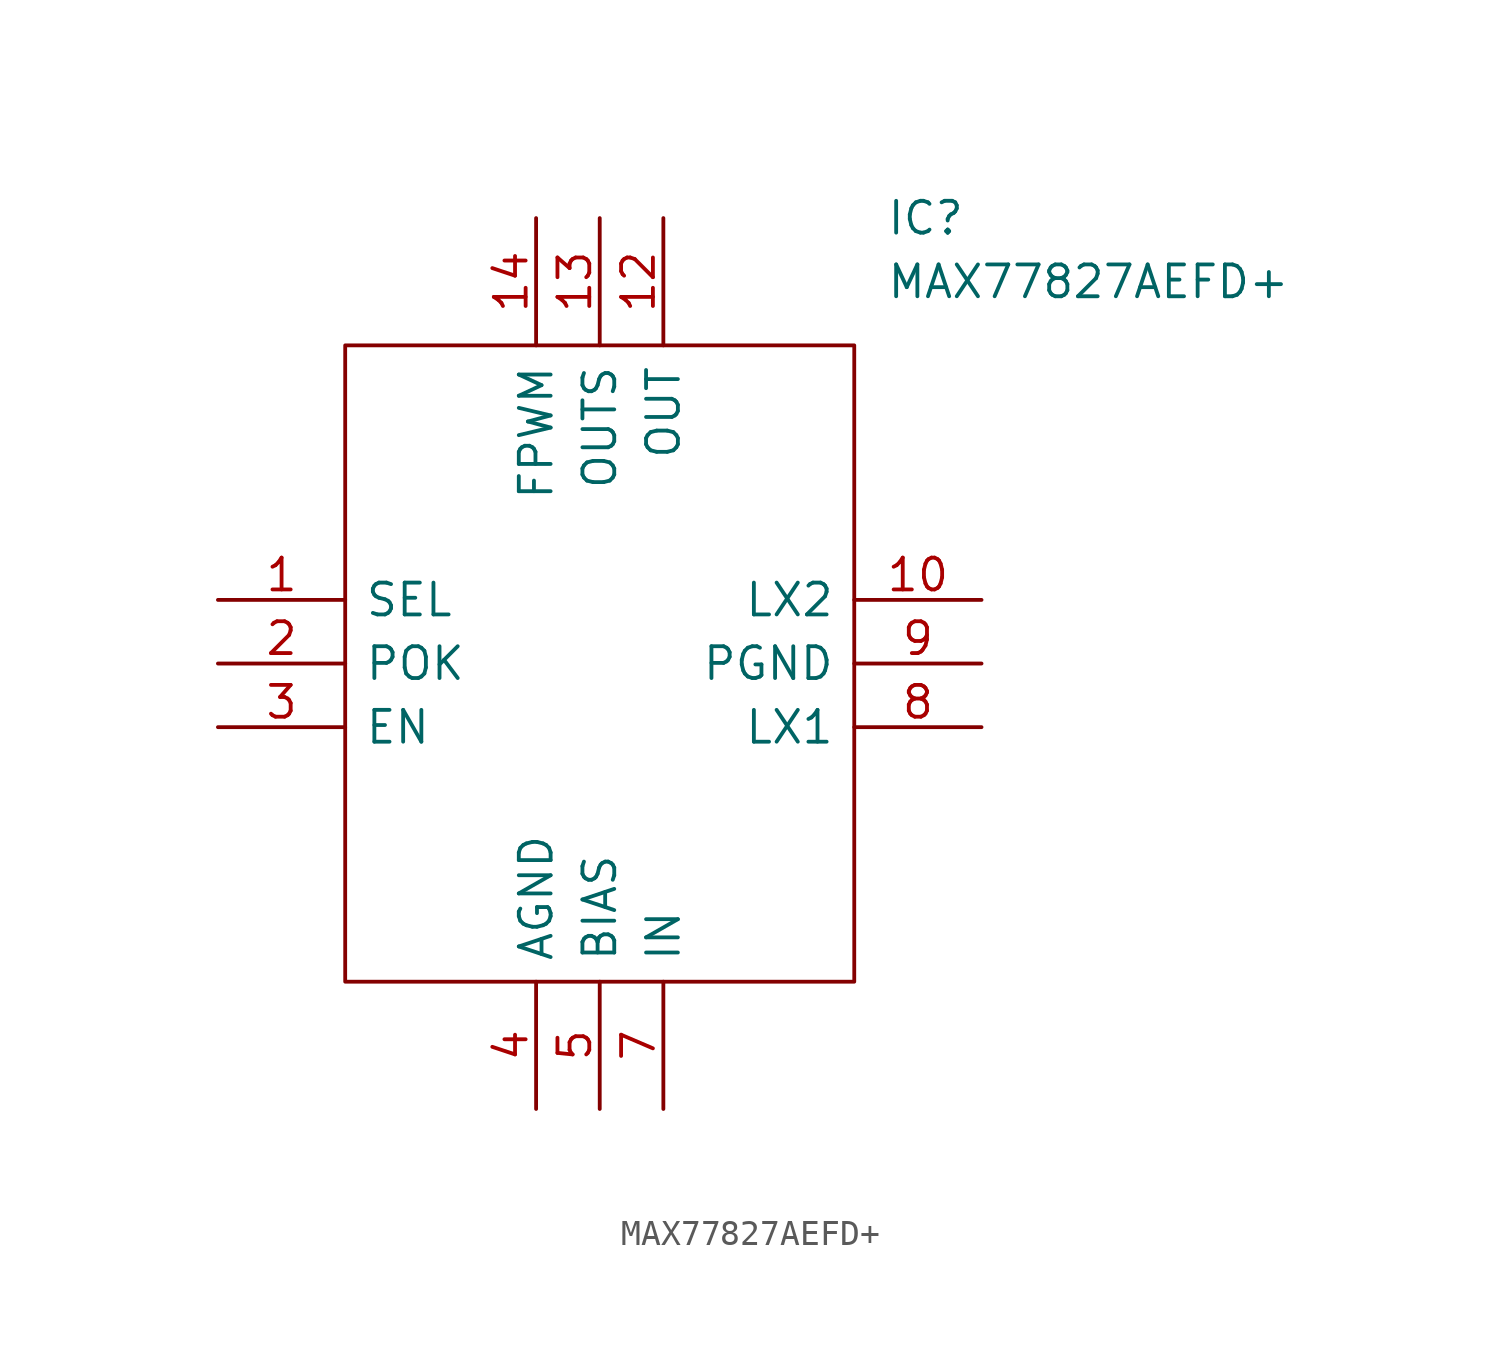
<source format=kicad_sym>
(kicad_symbol_lib
  (version 20211014)
  (generator kicad_symbol_editor)
  (symbol "MAX77827AEFD+"
    (pin_names
      (offset 0.762))
    (property "Reference" "IC"
      (at 26.67 15.24 0)
      (effects (font (size 1.27 1.27)) (justify left)))
    (property "Value" "MAX77827AEFD+"
      (at 26.67 12.7 0)
      (effects (font (size 1.27 1.27)) (justify left)))
    (symbol "MAX77827AEFD+_0_0"
      (pin passive line (at 0 0 0) (length 5.08) (name "SEL" (effects (font (size 1.27 1.27)))) (number "1" (effects (font (size 1.27 1.27)))))
      (pin passive line (at 30.48 0 180) (length 5.08) (name "LX2" (effects (font (size 1.27 1.27)))) (number "10" (effects (font (size 1.27 1.27)))))
      (pin passive line (at 17.78 15.24 270) (length 5.08) (name "OUT" (effects (font (size 1.27 1.27)))) (number "12" (effects (font (size 1.27 1.27)))))
      (pin passive line (at 15.24 15.24 270) (length 5.08) (name "OUTS" (effects (font (size 1.27 1.27)))) (number "13" (effects (font (size 1.27 1.27)))))
      (pin passive line (at 12.7 15.24 270) (length 5.08) (name "FPWM" (effects (font (size 1.27 1.27)))) (number "14" (effects (font (size 1.27 1.27)))))
      (pin passive line (at 0 -2.54 0) (length 5.08) (name "POK" (effects (font (size 1.27 1.27)))) (number "2" (effects (font (size 1.27 1.27)))))
      (pin passive line (at 0 -5.08 0) (length 5.08) (name "EN" (effects (font (size 1.27 1.27)))) (number "3" (effects (font (size 1.27 1.27)))))
      (pin passive line (at 12.7 -20.32 90) (length 5.08) (name "AGND" (effects (font (size 1.27 1.27)))) (number "4" (effects (font (size 1.27 1.27)))))
      (pin passive line (at 15.24 -20.32 90) (length 5.08) (name "BIAS" (effects (font (size 1.27 1.27)))) (number "5" (effects (font (size 1.27 1.27)))))
      (pin passive line (at 17.78 -20.32 90) (length 5.08) (name "IN" (effects (font (size 1.27 1.27)))) (number "7" (effects (font (size 1.27 1.27)))))
      (pin passive line (at 30.48 -5.08 180) (length 5.08) (name "LX1" (effects (font (size 1.27 1.27)))) (number "8" (effects (font (size 1.27 1.27)))))
      (pin passive line (at 30.48 -2.54 180) (length 5.08) (name "PGND" (effects (font (size 1.27 1.27)))) (number "9" (effects (font (size 1.27 1.27))))))
    (symbol "MAX77827AEFD+_0_1"
      (polyline (pts (xy 5.08 10.16) (xy 25.4 10.16) (xy 25.4 -15.24) (xy 5.08 -15.24) (xy 5.08 10.16)) (stroke (width 0.152) (type default) (color 0 0 0 0)) (fill (type none))))))
</source>
